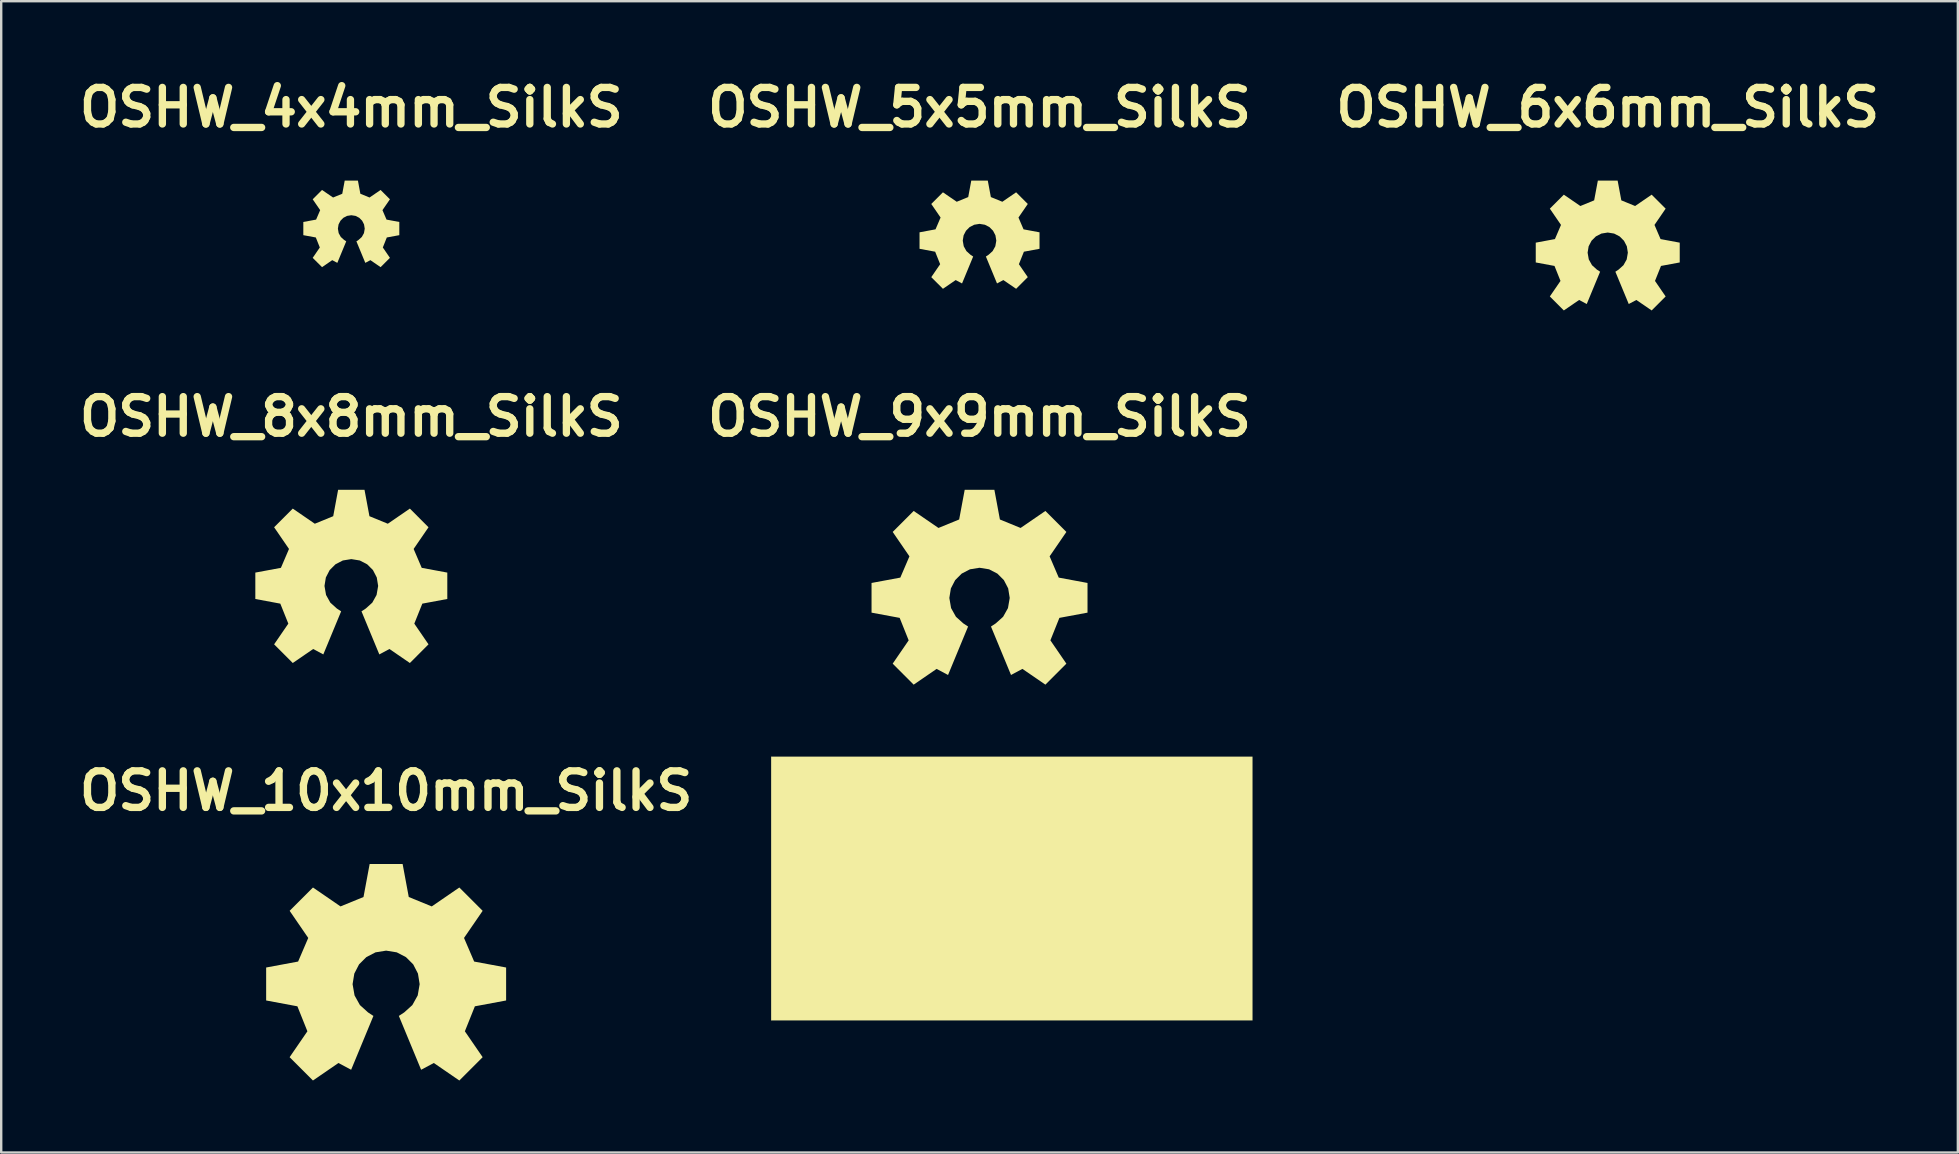
<source format=kicad_pcb>
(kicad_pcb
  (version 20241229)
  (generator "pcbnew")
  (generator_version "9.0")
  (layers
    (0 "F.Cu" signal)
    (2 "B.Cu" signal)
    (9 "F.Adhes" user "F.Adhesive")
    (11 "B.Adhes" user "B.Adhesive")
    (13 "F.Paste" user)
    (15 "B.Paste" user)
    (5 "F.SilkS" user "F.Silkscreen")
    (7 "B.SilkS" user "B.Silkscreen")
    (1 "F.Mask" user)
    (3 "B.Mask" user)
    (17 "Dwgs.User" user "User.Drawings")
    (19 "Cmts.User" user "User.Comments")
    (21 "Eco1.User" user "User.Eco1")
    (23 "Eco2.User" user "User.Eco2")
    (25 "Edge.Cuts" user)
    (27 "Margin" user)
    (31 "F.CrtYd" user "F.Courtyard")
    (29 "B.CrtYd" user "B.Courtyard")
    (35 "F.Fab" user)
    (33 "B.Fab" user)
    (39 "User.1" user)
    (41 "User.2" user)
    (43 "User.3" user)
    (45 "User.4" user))
  (footprint "OSHW_9x9mm_SilkS"
    (layer "F.Cu")
    (at 37.769 21.421)
    (property "Reference" "OSHW_9x9mm_SilkS" (at 0 -7.108 0) (layer "F.SilkS") (effects (font (size 1.524 1.524) (thickness 0.305))))
    (attr exclude_from_pos_files exclude_from_bom)
    (fp_poly (pts (xy 3.301 -0.401) (xy 2.921 -1.287) (xy 3.619 -2.304) (xy 2.745 -3.179) (xy 1.711 -2.47) (xy 0.849 -2.823) (xy 0.619 -4.06) (xy -0.618 -4.06) (xy -0.849 -2.823) (xy -1.711 -2.47) (xy -2.744 -3.179) (xy -3.619 -2.304) (xy -2.921 -1.287) (xy -3.301 -0.401) (xy -4.5 -0.178) (xy -4.5 1.059) (xy -3.328 1.277) (xy -2.953 2.214) (xy -3.619 3.185) (xy -2.745 4.06) (xy -1.788 3.403) (xy -1.312 3.657) (xy -0.477 1.638) (xy -0.677 1.506) (xy -0.983 1.231) (xy -1.185 0.87) (xy -1.258 0.447) (xy -1.194 0.049) (xy -1.015 -0.296) (xy -0.743 -0.568) (xy -0.398 -0.747) (xy 0.000002 -0.811) (xy 0.398 -0.747) (xy 0.743 -0.568) (xy 1.015 -0.296) (xy 1.194 0.049) (xy 1.258 0.447) (xy 1.185 0.87) (xy 0.983 1.231) (xy 0.677 1.506) (xy 0.477 1.638) (xy 1.312 3.657) (xy 1.788 3.403) (xy 2.745 4.06) (xy 3.619 3.185) (xy 2.953 2.214) (xy 3.328 1.277) (xy 4.5 1.059) (xy 4.5 -0.178) (xy 3.301 -0.401)) (stroke (width 0) (type solid)) (fill yes) (layer "F.SilkS")))
  (footprint "OSHW_5x5mm_SilkS"
    (layer "F.Cu")
    (at 37.769 6.73)
    (property "Reference" "OSHW_5x5mm_SilkS" (at 0 -5.303 0) (layer "F.SilkS") (effects (font (size 1.524 1.524) (thickness 0.305))))
    (attr exclude_from_pos_files exclude_from_bom)
    (fp_poly (pts (xy 1.834 -0.223) (xy 1.623 -0.715) (xy 2.011 -1.28) (xy 1.525 -1.766) (xy 0.951 -1.372) (xy 0.472 -1.568) (xy 0.344 -2.255) (xy -0.344 -2.255) (xy -0.471 -1.568) (xy -0.95 -1.372) (xy -1.525 -1.766) (xy -2.011 -1.28) (xy -1.623 -0.715) (xy -1.834 -0.223) (xy -2.5 -0.099) (xy -2.5 0.588) (xy -1.849 0.709) (xy -1.641 1.23) (xy -2.011 1.769) (xy -1.525 2.255) (xy -0.993 1.891) (xy -0.729 2.032) (xy -0.265 0.91) (xy -0.376 0.837) (xy -0.546 0.684) (xy -0.658 0.483) (xy -0.699 0.248) (xy -0.663 0.027) (xy -0.564 -0.164) (xy -0.413 -0.316) (xy -0.221 -0.415) (xy 0.000001 -0.451) (xy 0.221 -0.415) (xy 0.413 -0.316) (xy 0.564 -0.164) (xy 0.663 0.027) (xy 0.699 0.248) (xy 0.658 0.483) (xy 0.546 0.684) (xy 0.376 0.837) (xy 0.265 0.91) (xy 0.729 2.032) (xy 0.993 1.891) (xy 1.525 2.255) (xy 2.011 1.769) (xy 1.641 1.23) (xy 1.849 0.709) (xy 2.5 0.588) (xy 2.5 -0.099) (xy 1.834 -0.223)) (stroke (width 0) (type solid)) (fill yes) (layer "F.SilkS")))
  (footprint "OSHW_4x4mm_SilkS"
    (layer "F.Cu")
    (at 11.59 6.279)
    (property "Reference" "OSHW_4x4mm_SilkS" (at 0 -4.852 0) (layer "F.SilkS") (effects (font (size 1.524 1.524) (thickness 0.305))))
    (attr exclude_from_pos_files exclude_from_bom)
    (fp_poly (pts (xy 1.467 -0.178) (xy 1.298 -0.572) (xy 1.609 -1.024) (xy 1.22 -1.413) (xy 0.76 -1.098) (xy 0.377 -1.255) (xy 0.275 -1.804) (xy -0.275 -1.804) (xy -0.377 -1.255) (xy -0.76 -1.098) (xy -1.22 -1.413) (xy -1.609 -1.024) (xy -1.298 -0.572) (xy -1.467 -0.178) (xy -2 -0.079) (xy -2 0.471) (xy -1.479 0.567) (xy -1.313 0.984) (xy -1.609 1.416) (xy -1.22 1.804) (xy -0.795 1.512) (xy -0.583 1.625) (xy -0.212 0.728) (xy -0.301 0.669) (xy -0.437 0.547) (xy -0.527 0.386) (xy -0.559 0.199) (xy -0.531 0.022) (xy -0.451 -0.132) (xy -0.33 -0.253) (xy -0.177 -0.332) (xy 0.000001 -0.36) (xy 0.177 -0.332) (xy 0.33 -0.253) (xy 0.451 -0.132) (xy 0.53 0.022) (xy 0.559 0.199) (xy 0.527 0.386) (xy 0.437 0.547) (xy 0.301 0.669) (xy 0.212 0.728) (xy 0.583 1.625) (xy 0.795 1.512) (xy 1.22 1.804) (xy 1.609 1.416) (xy 1.313 0.984) (xy 1.479 0.567) (xy 2 0.471) (xy 2 -0.079) (xy 1.467 -0.178)) (stroke (width 0) (type solid)) (fill yes) (layer "F.SilkS")))
  (footprint "OSHW_6x6mm_SilkS"
    (layer "F.Cu")
    (at 63.948 7.181)
    (property "Reference" "OSHW_6x6mm_SilkS" (at 0 -5.754 0) (layer "F.SilkS") (effects (font (size 1.524 1.524) (thickness 0.305))))
    (attr exclude_from_pos_files exclude_from_bom)
    (fp_poly (pts (xy 2.201 -0.268) (xy 1.948 -0.858) (xy 2.413 -1.536) (xy 1.83 -2.119) (xy 1.141 -1.646) (xy 0.566 -1.882) (xy 0.412 -2.706) (xy -0.412 -2.706) (xy -0.566 -1.882) (xy -1.141 -1.646) (xy -1.83 -2.119) (xy -2.413 -1.536) (xy -1.948 -0.858) (xy -2.201 -0.268) (xy -3 -0.119) (xy -3 0.706) (xy -2.219 0.851) (xy -1.969 1.476) (xy -2.413 2.123) (xy -1.83 2.706) (xy -1.192 2.269) (xy -0.875 2.438) (xy -0.318 1.092) (xy -0.452 1.004) (xy -0.655 0.821) (xy -0.79 0.58) (xy -0.839 0.298) (xy -0.796 0.033) (xy -0.677 -0.197) (xy -0.495 -0.379) (xy -0.265 -0.498) (xy 0.000002 -0.541) (xy 0.265 -0.498) (xy 0.495 -0.379) (xy 0.677 -0.197) (xy 0.796 0.033) (xy 0.838 0.298) (xy 0.79 0.58) (xy 0.655 0.821) (xy 0.451 1.004) (xy 0.318 1.092) (xy 0.875 2.438) (xy 1.192 2.269) (xy 1.83 2.706) (xy 2.413 2.123) (xy 1.969 1.476) (xy 2.219 0.851) (xy 3 0.706) (xy 3 -0.119) (xy 2.201 -0.268)) (stroke (width 0) (type solid)) (fill yes) (layer "F.SilkS")))
  (footprint "OSHW_10x10mm_SilkS"
    (layer "F.Cu")
    (at 13.041 37.466)
    (property "Reference" "OSHW_10x10mm_SilkS" (at 0 -7.559 0) (layer "F.SilkS") (effects (font (size 1.524 1.524) (thickness 0.305))))
    (attr exclude_from_pos_files exclude_from_bom)
    (fp_poly (pts (xy 3.668 -0.446) (xy 3.246 -1.43) (xy 4.022 -2.56) (xy 3.05 -3.532) (xy 1.901 -2.744) (xy 0.943 -3.136) (xy 0.687 -4.511) (xy -0.687 -4.511) (xy -0.943 -3.136) (xy -1.901 -2.744) (xy -3.049 -3.532) (xy -4.021 -2.56) (xy -3.246 -1.43) (xy -3.668 -0.446) (xy -5 -0.198) (xy -5 1.176) (xy -3.698 1.419) (xy -3.281 2.46) (xy -4.022 3.539) (xy -3.05 4.511) (xy -1.987 3.781) (xy -1.458 4.063) (xy -0.53 1.82) (xy -0.753 1.674) (xy -1.092 1.368) (xy -1.316 0.966) (xy -1.398 0.496) (xy -1.326 0.055) (xy -1.128 -0.329) (xy -0.825 -0.631) (xy -0.442 -0.83) (xy 0.000003 -0.901) (xy 0.442 -0.83) (xy 0.825 -0.631) (xy 1.128 -0.329) (xy 1.326 0.055) (xy 1.397 0.496) (xy 1.316 0.966) (xy 1.092 1.368) (xy 0.752 1.674) (xy 0.53 1.82) (xy 1.458 4.063) (xy 1.987 3.781) (xy 3.05 4.511) (xy 4.022 3.539) (xy 3.281 2.46) (xy 3.698 1.419) (xy 5 1.176) (xy 5 -0.198) (xy 3.668 -0.446)) (stroke (width 0) (type solid)) (fill yes) (layer "F.SilkS")))
  (footprint "OSHW_8x8mm_SilkS"
    (layer "F.Cu")
    (at 11.59 20.97)
    (property "Reference" "OSHW_8x8mm_SilkS" (at 0 -6.657 0) (layer "F.SilkS") (effects (font (size 1.524 1.524) (thickness 0.305))))
    (attr exclude_from_pos_files exclude_from_bom)
    (fp_poly (pts (xy 2.934 -0.357) (xy 2.597 -1.144) (xy 3.217 -2.048) (xy 2.44 -2.826) (xy 1.521 -2.195) (xy 0.755 -2.509) (xy 0.55 -3.609) (xy -0.55 -3.609) (xy -0.754 -2.509) (xy -1.521 -2.195) (xy -2.44 -2.826) (xy -3.217 -2.048) (xy -2.597 -1.144) (xy -2.934 -0.357) (xy -4 -0.159) (xy -4 0.941) (xy -2.959 1.135) (xy -2.625 1.968) (xy -3.217 2.831) (xy -2.44 3.609) (xy -1.589 3.025) (xy -1.167 3.251) (xy -0.424 1.456) (xy -0.602 1.339) (xy -0.874 1.094) (xy -1.053 0.773) (xy -1.118 0.397) (xy -1.061 0.044) (xy -0.902 -0.263) (xy -0.66 -0.505) (xy -0.353 -0.664) (xy 0.000002 -0.721) (xy 0.353 -0.664) (xy 0.66 -0.505) (xy 0.902 -0.263) (xy 1.061 0.044) (xy 1.118 0.397) (xy 1.053 0.773) (xy 0.874 1.094) (xy 0.602 1.339) (xy 0.424 1.456) (xy 1.167 3.251) (xy 1.589 3.025) (xy 2.44 3.609) (xy 3.217 2.831) (xy 2.625 1.968) (xy 2.959 1.135) (xy 4 0.941) (xy 4 -0.159) (xy 2.934 -0.357)) (stroke (width 0) (type solid)) (fill yes) (layer "F.SilkS")))
  (footprint "spectre-test1"
    (layer "F.Cu")
    (at 39.113 33.961)
    (property "Reference" "spectre-test1" (at 0 0 0) (layer "F.SilkS") (effects (font (size 1.524 1.524) (thickness 0.3))))
    (attr through_hole)
    (fp_poly (pts (xy 10.026 5.507) (xy -10.026 5.507) (xy -10.026 -5.475) (xy 10.026 -5.475) (xy 10.026 5.507)) (stroke (width 0.01) (type solid)) (fill yes) (layer "F.SilkS")))
  (gr_rect
    (start -3 -3)
    (end 78.538 44.977)
    (stroke (width 0.1) (type default))
    (fill no)
    (layer "Edge.Cuts")))
</source>
